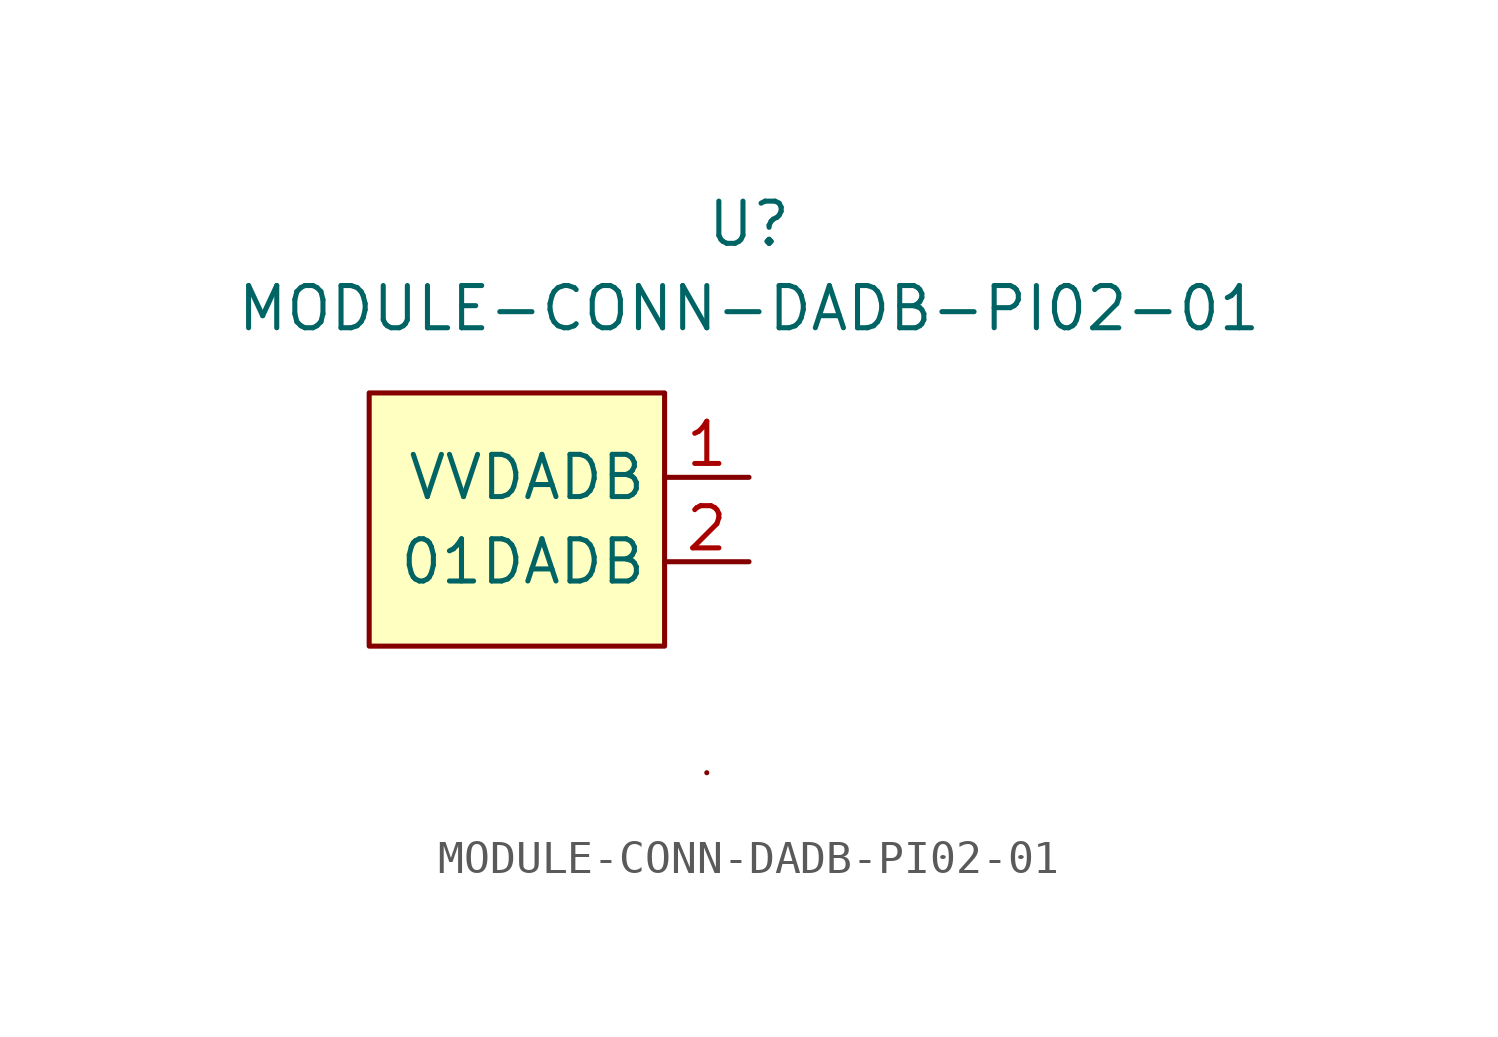
<source format=kicad_sym>
(kicad_symbol_lib
  (version 20211014)
  (generator kicad_symbol_editor)
  (symbol "MODULE-CONN-DADB-PI02-01"
    (property "Reference" "U"
      (at 0 7.62 0)
      (effects (font (size 1.27 1.27))))
    (property "Value" "MODULE-CONN-DADB-PI02-01"
      (at 0 5.08 0)
      (effects (font (size 1.27 1.27))))
    (symbol "MODULE-CONN-DADB-PI02-01_0_1"
      (rectangle (start -11.43 2.54) (end -2.54 -5.08) (stroke (width 0) (type default) (color 0 0 0 0)) (fill (type background)))
      (rectangle (start -1.27 -8.89) (end -1.27 -8.89) (stroke (width 0) (type default) (color 0 0 0 0)) (fill (type none))))
    (symbol "MODULE-CONN-DADB-PI02-01_1_1"
      (pin input line (at 0 0 180) (length 2.54) (name "VVDADB" (effects (font (size 1.27 1.27)))) (number "1" (effects (font (size 1.27 1.27)))))
      (pin input line (at 0 -2.54 180) (length 2.54) (name "01DADB" (effects (font (size 1.27 1.27)))) (number "2" (effects (font (size 1.27 1.27))))))))
</source>
